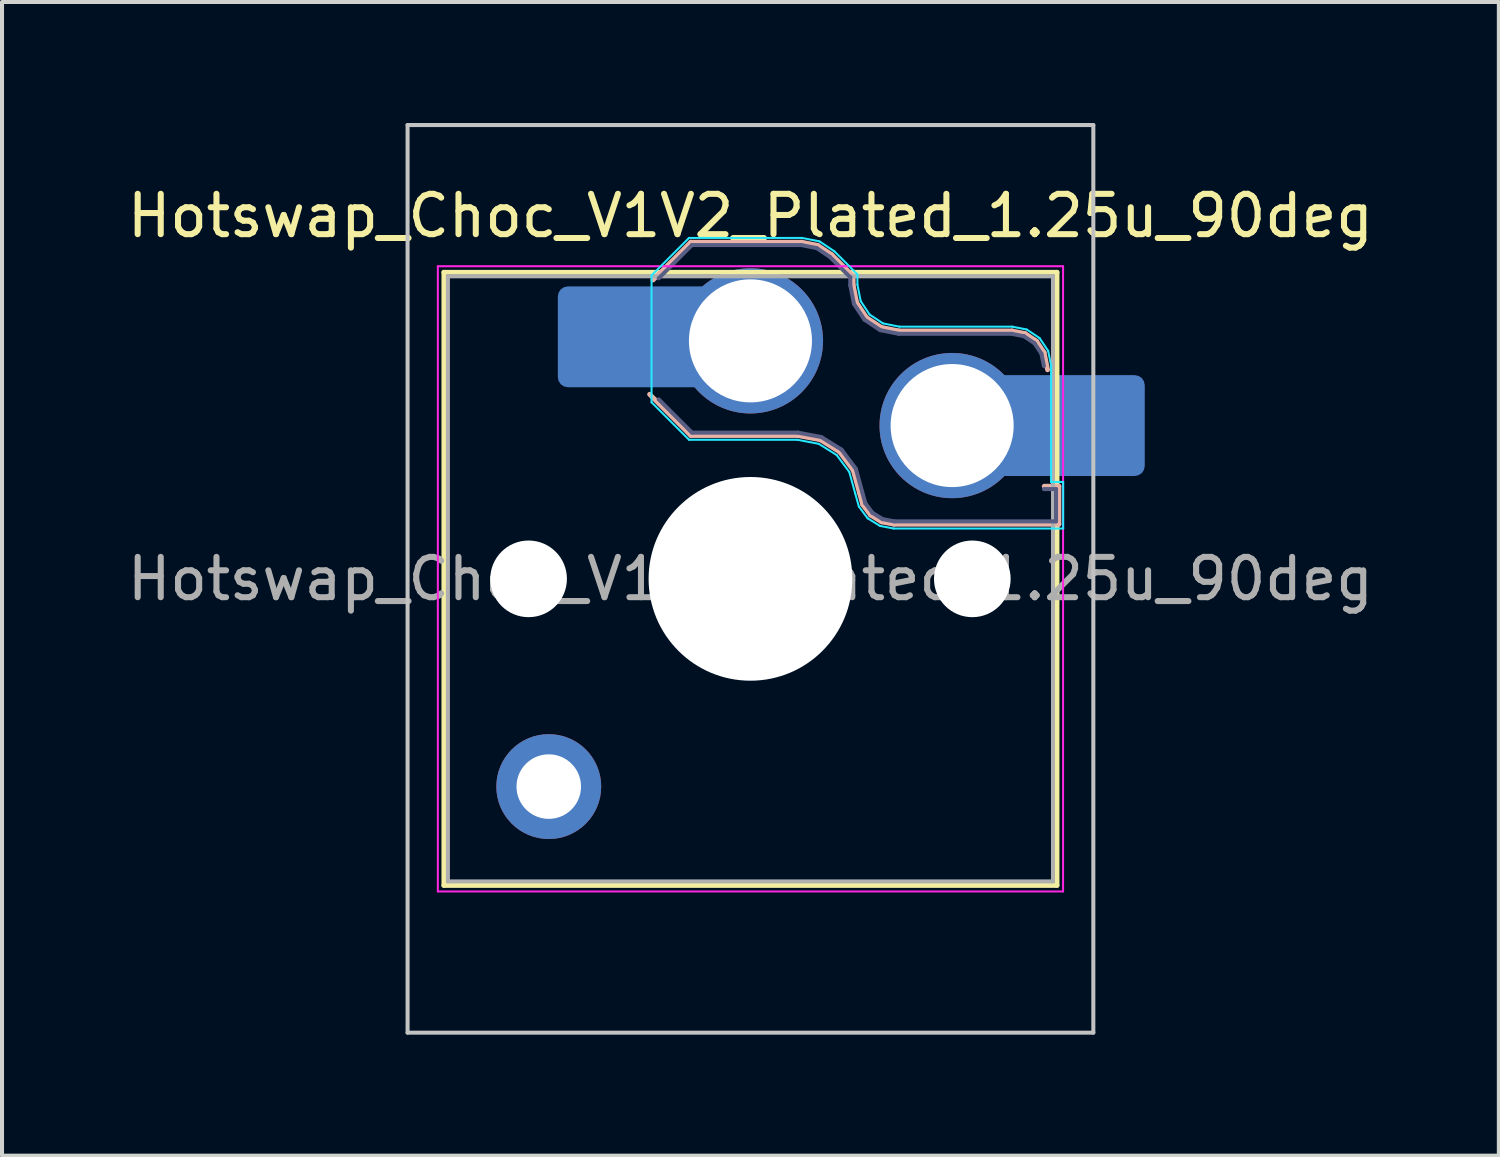
<source format=kicad_pcb>
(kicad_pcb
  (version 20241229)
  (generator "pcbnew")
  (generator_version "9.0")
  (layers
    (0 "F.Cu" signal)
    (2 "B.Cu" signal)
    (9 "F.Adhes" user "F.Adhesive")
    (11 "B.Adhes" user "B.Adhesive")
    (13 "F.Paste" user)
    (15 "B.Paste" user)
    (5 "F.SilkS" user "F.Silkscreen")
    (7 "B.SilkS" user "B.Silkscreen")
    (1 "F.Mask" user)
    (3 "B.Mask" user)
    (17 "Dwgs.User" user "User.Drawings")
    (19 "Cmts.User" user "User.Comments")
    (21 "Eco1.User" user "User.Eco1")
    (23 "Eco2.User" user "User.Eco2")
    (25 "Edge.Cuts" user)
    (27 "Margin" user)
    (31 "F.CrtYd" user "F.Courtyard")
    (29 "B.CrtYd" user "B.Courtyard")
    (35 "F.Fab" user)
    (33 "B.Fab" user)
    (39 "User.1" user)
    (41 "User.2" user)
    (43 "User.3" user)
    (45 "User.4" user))
  (footprint "Hotswap_Choc_V1V2_Plated_1.25u_90deg"
    (layer "F.Cu")
    (at 15.554 11.3)
    (property "Reference" "Hotswap_Choc_V1V2_Plated_1.25u_90deg" (at 0 -9 0) (layer "F.SilkS") (effects (font (size 1 1) (thickness 0.15))))
    (attr smd)
    (fp_line (start -7.6 -7.6) (end -7.6 7.6) (stroke (width 0.12) (type solid)) (layer "F.SilkS"))
    (fp_line (start -7.6 7.6) (end 7.6 7.6) (stroke (width 0.12) (type solid)) (layer "F.SilkS"))
    (fp_line (start 7.6 -7.6) (end -7.6 -7.6) (stroke (width 0.12) (type solid)) (layer "F.SilkS"))
    (fp_line (start 7.6 7.6) (end 7.6 -7.6) (stroke (width 0.12) (type solid)) (layer "F.SilkS"))
    (fp_line (start -2.416 -7.409) (end -1.479 -8.346) (stroke (width 0.12) (type solid)) (layer "B.SilkS"))
    (fp_line (start -1.479 -8.346) (end 1.268 -8.346) (stroke (width 0.12) (type solid)) (layer "B.SilkS"))
    (fp_line (start -1.479 -3.554) (end -2.5 -4.575) (stroke (width 0.12) (type solid)) (layer "B.SilkS"))
    (fp_line (start 1.168 -3.554) (end -1.479 -3.554) (stroke (width 0.12) (type solid)) (layer "B.SilkS"))
    (fp_line (start 1.268 -8.346) (end 1.671 -8.266) (stroke (width 0.12) (type solid)) (layer "B.SilkS"))
    (fp_line (start 1.671 -8.266) (end 2.013 -8.037) (stroke (width 0.12) (type solid)) (layer "B.SilkS"))
    (fp_line (start 1.73 -3.449) (end 1.168 -3.554) (stroke (width 0.12) (type solid)) (layer "B.SilkS"))
    (fp_line (start 2.013 -8.037) (end 2.546 -7.504) (stroke (width 0.12) (type solid)) (layer "B.SilkS"))
    (fp_line (start 2.209 -3.15) (end 1.73 -3.449) (stroke (width 0.12) (type solid)) (layer "B.SilkS"))
    (fp_line (start 2.546 -7.504) (end 2.546 -7.282) (stroke (width 0.12) (type solid)) (layer "B.SilkS"))
    (fp_line (start 2.546 -7.282) (end 2.633 -6.844) (stroke (width 0.12) (type solid)) (layer "B.SilkS"))
    (fp_line (start 2.547 -2.697) (end 2.209 -3.15) (stroke (width 0.12) (type solid)) (layer "B.SilkS"))
    (fp_line (start 2.633 -6.844) (end 2.877 -6.477) (stroke (width 0.12) (type solid)) (layer "B.SilkS"))
    (fp_line (start 2.701 -2.139) (end 2.547 -2.697) (stroke (width 0.12) (type solid)) (layer "B.SilkS"))
    (fp_line (start 2.783 -1.841) (end 2.701 -2.139) (stroke (width 0.12) (type solid)) (layer "B.SilkS"))
    (fp_line (start 2.877 -6.477) (end 3.244 -6.233) (stroke (width 0.12) (type solid)) (layer "B.SilkS"))
    (fp_line (start 2.976 -1.583) (end 2.783 -1.841) (stroke (width 0.12) (type solid)) (layer "B.SilkS"))
    (fp_line (start 3.244 -6.233) (end 3.682 -6.146) (stroke (width 0.12) (type solid)) (layer "B.SilkS"))
    (fp_line (start 3.25 -1.413) (end 2.976 -1.583) (stroke (width 0.12) (type solid)) (layer "B.SilkS"))
    (fp_line (start 3.56 -1.354) (end 3.25 -1.413) (stroke (width 0.12) (type solid)) (layer "B.SilkS"))
    (fp_line (start 3.682 -6.146) (end 6.482 -6.146) (stroke (width 0.12) (type solid)) (layer "B.SilkS"))
    (fp_line (start 6.482 -6.146) (end 6.809 -6.081) (stroke (width 0.12) (type solid)) (layer "B.SilkS"))
    (fp_line (start 6.809 -6.081) (end 7.092 -5.892) (stroke (width 0.12) (type solid)) (layer "B.SilkS"))
    (fp_line (start 7.092 -5.892) (end 7.281 -5.609) (stroke (width 0.12) (type solid)) (layer "B.SilkS"))
    (fp_line (start 7.281 -5.609) (end 7.366 -5.182) (stroke (width 0.12) (type solid)) (layer "B.SilkS"))
    (fp_line (start 7.283 -2.296) (end 7.646 -2.296) (stroke (width 0.12) (type solid)) (layer "B.SilkS"))
    (fp_line (start 7.646 -2.296) (end 7.646 -1.354) (stroke (width 0.12) (type solid)) (layer "B.SilkS"))
    (fp_line (start 7.646 -1.354) (end 3.56 -1.354) (stroke (width 0.12) (type solid)) (layer "B.SilkS"))
    (fp_line (start -8.5 -11.25) (end 8.5 -11.25) (stroke (width 0.1) (type solid)) (layer "Dwgs.User"))
    (fp_line (start -8.5 11.25) (end -8.5 -11.25) (stroke (width 0.1) (type solid)) (layer "Dwgs.User"))
    (fp_line (start 8.5 -11.25) (end 8.5 11.25) (stroke (width 0.1) (type solid)) (layer "Dwgs.User"))
    (fp_line (start 8.5 11.25) (end -8.5 11.25) (stroke (width 0.1) (type solid)) (layer "Dwgs.User"))
    (fp_line (start -7.25 -7.25) (end -7.25 7.25) (stroke (width 0.1) (type solid)) (layer "Eco1.User"))
    (fp_line (start -7.25 7.25) (end 7.25 7.25) (stroke (width 0.1) (type solid)) (layer "Eco1.User"))
    (fp_line (start 7.25 -7.25) (end -7.25 -7.25) (stroke (width 0.1) (type solid)) (layer "Eco1.User"))
    (fp_line (start 7.25 7.25) (end 7.25 -7.25) (stroke (width 0.1) (type solid)) (layer "Eco1.User"))
    (fp_line (start -2.452 -7.523) (end -1.523 -8.452) (stroke (width 0.05) (type solid)) (layer "B.CrtYd"))
    (fp_line (start -2.452 -4.377) (end -2.452 -7.523) (stroke (width 0.05) (type solid)) (layer "B.CrtYd"))
    (fp_line (start -1.523 -8.452) (end 1.278 -8.452) (stroke (width 0.05) (type solid)) (layer "B.CrtYd"))
    (fp_line (start -1.523 -3.448) (end -2.452 -4.377) (stroke (width 0.05) (type solid)) (layer "B.CrtYd"))
    (fp_line (start 1.159 -3.448) (end -1.523 -3.448) (stroke (width 0.05) (type solid)) (layer "B.CrtYd"))
    (fp_line (start 1.278 -8.452) (end 1.712 -8.366) (stroke (width 0.05) (type solid)) (layer "B.CrtYd"))
    (fp_line (start 1.691 -3.348) (end 1.159 -3.448) (stroke (width 0.05) (type solid)) (layer "B.CrtYd"))
    (fp_line (start 1.712 -8.366) (end 2.081 -8.119) (stroke (width 0.05) (type solid)) (layer "B.CrtYd"))
    (fp_line (start 2.081 -8.119) (end 2.652 -7.548) (stroke (width 0.05) (type solid)) (layer "B.CrtYd"))
    (fp_line (start 2.136 -3.071) (end 1.691 -3.348) (stroke (width 0.05) (type solid)) (layer "B.CrtYd"))
    (fp_line (start 2.45 -2.65) (end 2.136 -3.071) (stroke (width 0.05) (type solid)) (layer "B.CrtYd"))
    (fp_line (start 2.599 -2.111) (end 2.45 -2.65) (stroke (width 0.05) (type solid)) (layer "B.CrtYd"))
    (fp_line (start 2.652 -7.548) (end 2.652 -7.292) (stroke (width 0.05) (type solid)) (layer "B.CrtYd"))
    (fp_line (start 2.652 -7.292) (end 2.733 -6.885) (stroke (width 0.05) (type solid)) (layer "B.CrtYd"))
    (fp_line (start 2.687 -1.794) (end 2.599 -2.111) (stroke (width 0.05) (type solid)) (layer "B.CrtYd"))
    (fp_line (start 2.733 -6.885) (end 2.953 -6.553) (stroke (width 0.05) (type solid)) (layer "B.CrtYd"))
    (fp_line (start 2.903 -1.503) (end 2.687 -1.794) (stroke (width 0.05) (type solid)) (layer "B.CrtYd"))
    (fp_line (start 2.953 -6.553) (end 3.285 -6.333) (stroke (width 0.05) (type solid)) (layer "B.CrtYd"))
    (fp_line (start 3.211 -1.312) (end 2.903 -1.503) (stroke (width 0.05) (type solid)) (layer "B.CrtYd"))
    (fp_line (start 3.285 -6.333) (end 3.692 -6.252) (stroke (width 0.05) (type solid)) (layer "B.CrtYd"))
    (fp_line (start 3.55 -1.248) (end 3.211 -1.312) (stroke (width 0.05) (type solid)) (layer "B.CrtYd"))
    (fp_line (start 3.692 -6.252) (end 6.492 -6.252) (stroke (width 0.05) (type solid)) (layer "B.CrtYd"))
    (fp_line (start 6.492 -6.252) (end 6.85 -6.181) (stroke (width 0.05) (type solid)) (layer "B.CrtYd"))
    (fp_line (start 6.85 -6.181) (end 7.168 -5.968) (stroke (width 0.05) (type solid)) (layer "B.CrtYd"))
    (fp_line (start 7.168 -5.968) (end 7.381 -5.65) (stroke (width 0.05) (type solid)) (layer "B.CrtYd"))
    (fp_line (start 7.381 -5.65) (end 7.452 -5.292) (stroke (width 0.05) (type solid)) (layer "B.CrtYd"))
    (fp_line (start 7.452 -5.292) (end 7.452 -2.402) (stroke (width 0.05) (type solid)) (layer "B.CrtYd"))
    (fp_line (start 7.452 -2.402) (end 7.752 -2.402) (stroke (width 0.05) (type solid)) (layer "B.CrtYd"))
    (fp_line (start 7.752 -2.402) (end 7.752 -1.248) (stroke (width 0.05) (type solid)) (layer "B.CrtYd"))
    (fp_line (start 7.752 -1.248) (end 3.55 -1.248) (stroke (width 0.05) (type solid)) (layer "B.CrtYd"))
    (fp_line (start -7.75 -7.75) (end -7.75 7.75) (stroke (width 0.05) (type solid)) (layer "F.CrtYd"))
    (fp_line (start -7.75 7.75) (end 7.75 7.75) (stroke (width 0.05) (type solid)) (layer "F.CrtYd"))
    (fp_line (start 7.75 -7.75) (end -7.75 -7.75) (stroke (width 0.05) (type solid)) (layer "F.CrtYd"))
    (fp_line (start 7.75 7.75) (end 7.75 -7.75) (stroke (width 0.05) (type solid)) (layer "F.CrtYd"))
    (fp_line (start -2.275 -7.45) (end -1.45 -8.275) (stroke (width 0.1) (type solid)) (layer "B.Fab"))
    (fp_line (start -1.45 -8.275) (end 1.261 -8.275) (stroke (width 0.1) (type solid)) (layer "B.Fab"))
    (fp_line (start -1.45 -3.625) (end -2.275 -4.45) (stroke (width 0.1) (type solid)) (layer "B.Fab"))
    (fp_line (start 1.175 -3.625) (end -1.45 -3.625) (stroke (width 0.1) (type solid)) (layer "B.Fab"))
    (fp_line (start 1.261 -8.275) (end 1.643 -8.199) (stroke (width 0.1) (type solid)) (layer "B.Fab"))
    (fp_line (start 1.643 -8.199) (end 1.968 -7.982) (stroke (width 0.1) (type solid)) (layer "B.Fab"))
    (fp_line (start 1.756 -3.516) (end 1.175 -3.625) (stroke (width 0.1) (type solid)) (layer "B.Fab"))
    (fp_line (start 1.968 -7.982) (end 2.475 -7.475) (stroke (width 0.1) (type solid)) (layer "B.Fab"))
    (fp_line (start 2.258 -3.203) (end 1.756 -3.516) (stroke (width 0.1) (type solid)) (layer "B.Fab"))
    (fp_line (start 2.475 -7.475) (end 2.475 -7.275) (stroke (width 0.1) (type solid)) (layer "B.Fab"))
    (fp_line (start 2.475 -7.275) (end 2.566 -6.816) (stroke (width 0.1) (type solid)) (layer "B.Fab"))
    (fp_line (start 2.566 -6.816) (end 2.826 -6.426) (stroke (width 0.1) (type solid)) (layer "B.Fab"))
    (fp_line (start 2.612 -2.729) (end 2.258 -3.203) (stroke (width 0.1) (type solid)) (layer "B.Fab"))
    (fp_line (start 2.769 -2.158) (end 2.612 -2.729) (stroke (width 0.1) (type solid)) (layer "B.Fab"))
    (fp_line (start 2.826 -6.426) (end 3.216 -6.166) (stroke (width 0.1) (type solid)) (layer "B.Fab"))
    (fp_line (start 2.848 -1.873) (end 2.769 -2.158) (stroke (width 0.1) (type solid)) (layer "B.Fab"))
    (fp_line (start 3.025 -1.636) (end 2.848 -1.873) (stroke (width 0.1) (type solid)) (layer "B.Fab"))
    (fp_line (start 3.216 -6.166) (end 3.675 -6.075) (stroke (width 0.1) (type solid)) (layer "B.Fab"))
    (fp_line (start 3.276 -1.48) (end 3.025 -1.636) (stroke (width 0.1) (type solid)) (layer "B.Fab"))
    (fp_line (start 3.567 -1.425) (end 3.276 -1.48) (stroke (width 0.1) (type solid)) (layer "B.Fab"))
    (fp_line (start 3.675 -6.075) (end 6.475 -6.075) (stroke (width 0.1) (type solid)) (layer "B.Fab"))
    (fp_line (start 6.475 -6.075) (end 6.781 -6.014) (stroke (width 0.1) (type solid)) (layer "B.Fab"))
    (fp_line (start 6.781 -6.014) (end 7.041 -5.841) (stroke (width 0.1) (type solid)) (layer "B.Fab"))
    (fp_line (start 7.041 -5.841) (end 7.214 -5.581) (stroke (width 0.1) (type solid)) (layer "B.Fab"))
    (fp_line (start 7.214 -5.581) (end 7.275 -5.275) (stroke (width 0.1) (type solid)) (layer "B.Fab"))
    (fp_line (start 7.275 -2.225) (end 7.575 -2.225) (stroke (width 0.1) (type solid)) (layer "B.Fab"))
    (fp_line (start 7.575 -2.225) (end 7.575 -1.425) (stroke (width 0.1) (type solid)) (layer "B.Fab"))
    (fp_line (start 7.575 -1.425) (end 3.567 -1.425) (stroke (width 0.1) (type solid)) (layer "B.Fab"))
    (fp_line (start -7.5 -7.5) (end -7.5 7.5) (stroke (width 0.1) (type solid)) (layer "F.Fab"))
    (fp_line (start -7.5 7.5) (end 7.5 7.5) (stroke (width 0.1) (type solid)) (layer "F.Fab"))
    (fp_line (start 7.5 -7.5) (end -7.5 -7.5) (stroke (width 0.1) (type solid)) (layer "F.Fab"))
    (fp_line (start 7.5 7.5) (end 7.5 -7.5) (stroke (width 0.1) (type solid)) (layer "F.Fab"))
    (fp_text user "${REFERENCE}" (at 0 0 0) (layer "F.Fab") (effects (font (size 1 1) (thickness 0.15))))
    (pad "" np_thru_hole circle (at -5.5 0) (size 1.9 1.9) (drill 1.9) (layers "*.Cu" "*.Mask"))
    (pad "" thru_hole circle (at -5 5.15) (size 2.6 2.6) (drill 1.6) (layers "*.Cu" "*.Mask"))
    (pad "" smd roundrect (at -3.5 -6) (size 2.55 2.5) (layers "B.Mask" "B.Paste") (roundrect_rratio 0.1))
    (pad "" np_thru_hole circle (at 0 0) (size 5.05 5.05) (drill 5.05) (layers "*.Cu" "*.Mask"))
    (pad "" np_thru_hole circle (at 5.5 0) (size 1.9 1.9) (drill 1.9) (layers "*.Cu" "*.Mask"))
    (pad "" smd roundrect (at 8.5 -3.8) (size 2.55 2.5) (layers "B.Mask" "B.Paste") (roundrect_rratio 0.1))
    (pad "1" smd roundrect (at -2.85 -6) (size 3.85 2.5) (layers "B.Cu") (roundrect_rratio 0.1))
    (pad "1" thru_hole circle (at 0 -5.9) (size 3.6 3.6) (drill 3.05) (layers "*.Cu" "*.Mask"))
    (pad "2" thru_hole circle (at 5 -3.8) (size 3.6 3.6) (drill 3.05) (layers "*.Cu" "*.Mask"))
    (pad "2" smd roundrect (at 7.85 -3.8) (size 3.85 2.5) (layers "B.Cu") (roundrect_rratio 0.1)))
  (gr_rect
    (start -3 -3)
    (end 34.107 25.6)
    (stroke (width 0.1) (type default))
    (fill no)
    (layer "Edge.Cuts")))
</source>
